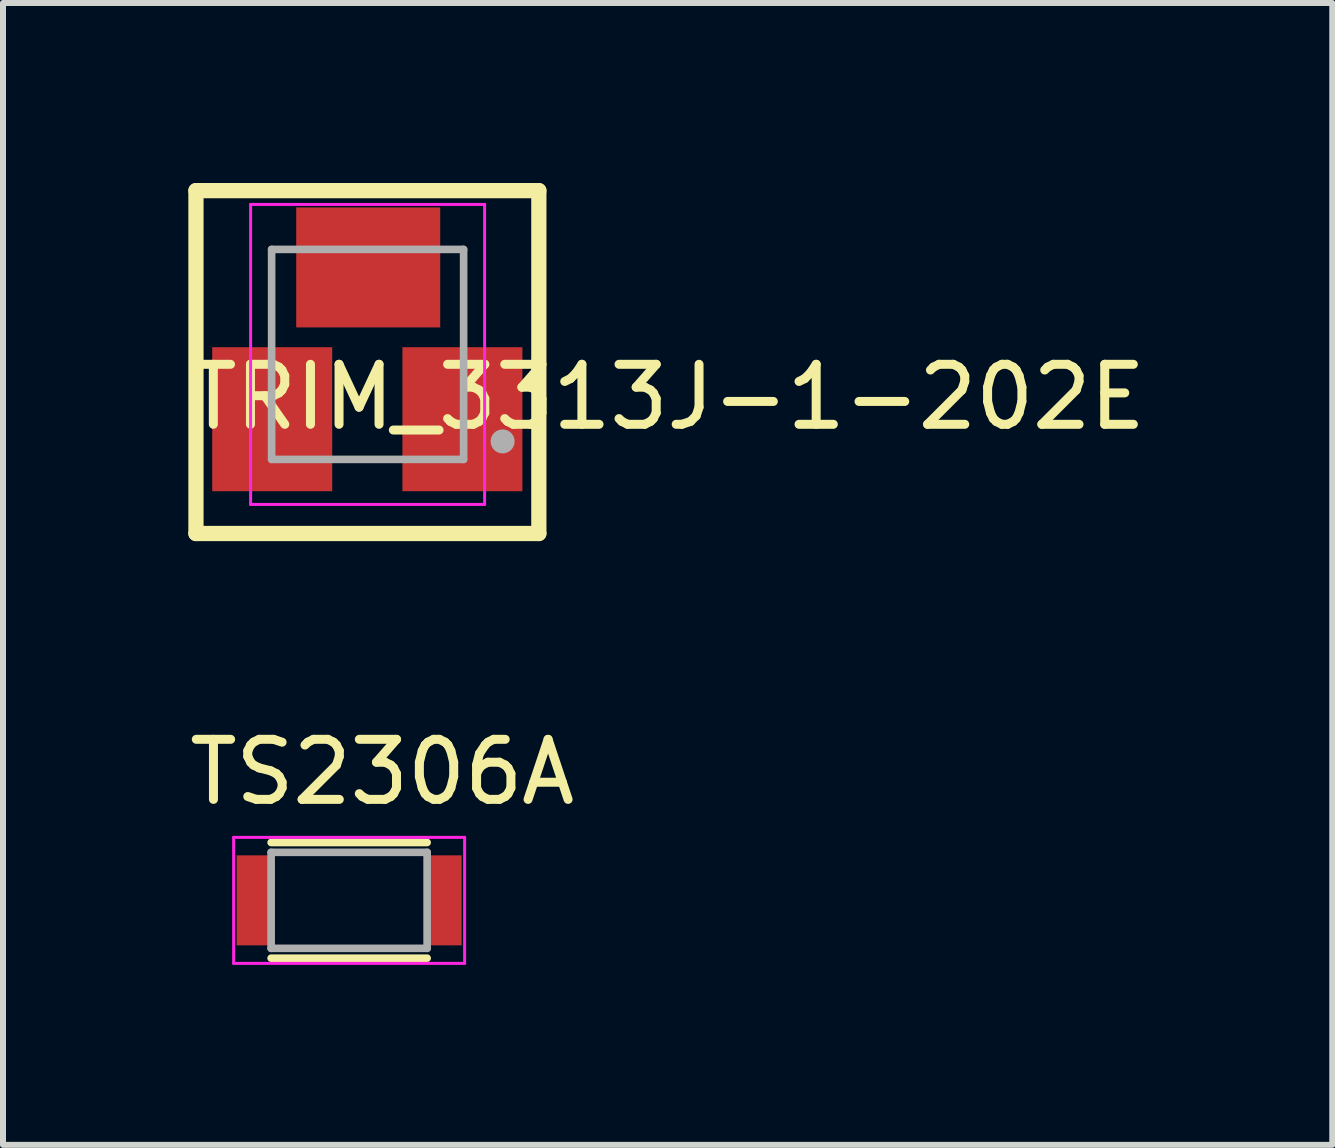
<source format=kicad_pcb>
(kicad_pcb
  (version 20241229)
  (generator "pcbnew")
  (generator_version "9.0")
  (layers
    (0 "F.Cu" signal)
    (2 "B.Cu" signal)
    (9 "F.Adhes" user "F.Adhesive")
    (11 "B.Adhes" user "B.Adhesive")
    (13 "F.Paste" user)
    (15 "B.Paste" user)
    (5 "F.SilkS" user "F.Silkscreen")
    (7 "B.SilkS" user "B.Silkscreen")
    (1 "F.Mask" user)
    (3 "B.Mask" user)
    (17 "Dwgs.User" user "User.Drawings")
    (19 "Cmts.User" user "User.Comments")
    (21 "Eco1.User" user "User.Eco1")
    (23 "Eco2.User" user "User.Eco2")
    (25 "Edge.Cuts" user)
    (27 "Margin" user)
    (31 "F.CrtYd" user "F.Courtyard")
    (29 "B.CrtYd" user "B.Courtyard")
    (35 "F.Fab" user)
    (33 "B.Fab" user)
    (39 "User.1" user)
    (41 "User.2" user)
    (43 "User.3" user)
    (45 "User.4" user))
  (footprint "TS2306A"
    (layer "F.Cu")
    (at 2.769 11.956)
    (property "Reference" "TS2306A" (at 0.551 -2.138 0) (layer "F.SilkS") (effects (font (size 1.001 1.001) (thickness 0.15))))
    (attr smd)
    (fp_line (start -1.3 -0.964) (end 1.3 -0.964) (stroke (width 0.127) (type solid)) (layer "F.SilkS"))
    (fp_line (start -1.3 0.964) (end 1.3 0.964) (stroke (width 0.127) (type solid)) (layer "F.SilkS"))
    (fp_poly (pts (xy -1.55 -0.6) (xy -1.1 -0.6) (xy -1.1 -0.15) (xy -1.55 -0.15)) (stroke (width 0.01) (type solid)) (fill yes) (layer "F.Paste"))
    (fp_line (start -1.925 -1.05) (end 1.925 -1.05) (stroke (width 0.05) (type solid)) (layer "F.CrtYd"))
    (fp_line (start -1.925 1.05) (end -1.925 -1.05) (stroke (width 0.05) (type solid)) (layer "F.CrtYd"))
    (fp_line (start 1.925 -1.05) (end 1.925 1.05) (stroke (width 0.05) (type solid)) (layer "F.CrtYd"))
    (fp_line (start 1.925 1.05) (end -1.925 1.05) (stroke (width 0.05) (type solid)) (layer "F.CrtYd"))
    (fp_line (start -1.3 -0.8) (end 1.3 -0.8) (stroke (width 0.127) (type solid)) (layer "F.Fab"))
    (fp_line (start -1.3 0.8) (end -1.3 -0.8) (stroke (width 0.127) (type solid)) (layer "F.Fab"))
    (fp_line (start 1.3 -0.8) (end 1.3 0.8) (stroke (width 0.127) (type solid)) (layer "F.Fab"))
    (fp_line (start 1.3 0.8) (end -1.3 0.8) (stroke (width 0.127) (type solid)) (layer "F.Fab"))
    (pad "1" smd rect (at -1.6 0) (size 0.55 1.5) (layers "F.Cu" "F.Mask"))
    (pad "2" smd rect (at 1.6 0) (size 0.55 1.5) (layers "F.Cu" "F.Mask")))
  (footprint "TRIM_3313J-1-202E"
    (layer "F.Cu")
    (at 3.077 2.857)
    (property "Reference" "TRIM_3313J-1-202E" (at 5 0.71 0) (layer "F.SilkS") (effects (font (size 1 1) (thickness 0.15))))
    (attr through_hole)
    (fp_line (start -2.861 -2.73) (end 2.854 -2.73) (stroke (width 0.254) (type solid)) (layer "F.SilkS"))
    (fp_line (start -2.861 2.985) (end -2.861 -2.73) (stroke (width 0.254) (type solid)) (layer "F.SilkS"))
    (fp_line (start 2.854 -2.73) (end 2.854 2.985) (stroke (width 0.254) (type solid)) (layer "F.SilkS"))
    (fp_line (start 2.854 2.985) (end -2.861 2.985) (stroke (width 0.254) (type solid)) (layer "F.SilkS"))
    (fp_line (start -1.95 -2.5) (end 1.95 -2.5) (stroke (width 0.05) (type solid)) (layer "F.CrtYd"))
    (fp_line (start -1.95 2.5) (end -1.95 -2.5) (stroke (width 0.05) (type solid)) (layer "F.CrtYd"))
    (fp_line (start 1.95 -2.5) (end 1.95 2.5) (stroke (width 0.05) (type solid)) (layer "F.CrtYd"))
    (fp_line (start 1.95 2.5) (end -1.95 2.5) (stroke (width 0.05) (type solid)) (layer "F.CrtYd"))
    (fp_line (start -1.6 -1.75) (end 1.6 -1.75) (stroke (width 0.127) (type solid)) (layer "F.Fab"))
    (fp_line (start -1.6 1.75) (end -1.6 -1.75) (stroke (width 0.127) (type solid)) (layer "F.Fab"))
    (fp_line (start 1.6 -1.75) (end 1.6 1.75) (stroke (width 0.127) (type solid)) (layer "F.Fab"))
    (fp_line (start 1.6 1.75) (end -1.6 1.75) (stroke (width 0.127) (type solid)) (layer "F.Fab"))
    (fp_circle (center 2.25 1.45) (end 2.35 1.45) (stroke (width 0.2) (type solid)) (fill no) (layer "F.Fab"))
    (fp_poly (pts (xy -2.619 -0.14) (xy -2.619 2.299) (xy -0.562 2.299) (xy -0.562 -0.14)) (stroke (width 0.1) (type solid)) (fill no) (layer "User.3"))
    (fp_poly (pts (xy -1.21 -2.489) (xy -1.21 -0.432) (xy 1.229 -0.432) (xy 1.229 -2.489)) (stroke (width 0.1) (type solid)) (fill no) (layer "User.3"))
    (fp_poly (pts (xy 0.556 -0.14) (xy 0.556 2.299) (xy 2.613 2.299) (xy 2.613 -0.14)) (stroke (width 0.1) (type solid)) (fill no) (layer "User.3"))
    (pad "1" smd rect (at -1.59 1.08) (size 2 2.4) (layers "F.Cu" "F.Mask" "F.Paste"))
    (pad "2" smd rect (at 0.01 -1.45) (size 2.4 2) (layers "F.Cu" "F.Mask" "F.Paste"))
    (pad "3" smd rect (at 1.58 1.08) (size 2 2.4) (layers "F.Cu" "F.Mask" "F.Paste")))
  (gr_rect
    (start -3 -3)
    (end 19.155 16.031)
    (stroke (width 0.1) (type default))
    (fill no)
    (layer "Edge.Cuts")))
</source>
